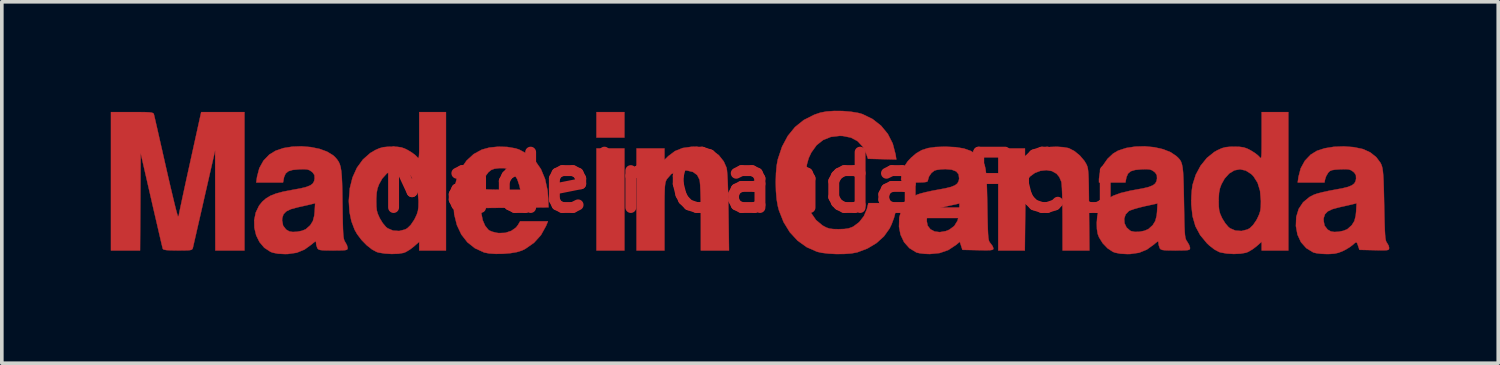
<source format=kicad_pcb>
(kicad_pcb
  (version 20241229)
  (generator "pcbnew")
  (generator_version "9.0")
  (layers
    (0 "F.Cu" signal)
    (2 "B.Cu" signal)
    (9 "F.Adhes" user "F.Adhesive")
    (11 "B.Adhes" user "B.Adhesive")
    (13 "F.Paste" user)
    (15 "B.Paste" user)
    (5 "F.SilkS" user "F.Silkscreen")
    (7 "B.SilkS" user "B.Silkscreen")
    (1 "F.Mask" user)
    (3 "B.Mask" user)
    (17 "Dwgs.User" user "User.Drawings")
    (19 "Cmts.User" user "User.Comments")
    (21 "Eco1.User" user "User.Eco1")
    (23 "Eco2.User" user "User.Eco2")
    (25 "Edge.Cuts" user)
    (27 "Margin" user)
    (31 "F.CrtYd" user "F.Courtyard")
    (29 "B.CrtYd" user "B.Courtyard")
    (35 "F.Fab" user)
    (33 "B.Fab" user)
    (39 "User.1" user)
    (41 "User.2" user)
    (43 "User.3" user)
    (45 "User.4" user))
  (footprint "MadeInCanda_FCu"
    (layer "F.Cu")
    (at 17.584 1.974)
    (property "Reference" "MadeInCanda_FCu" (at 0 0 0) (layer "F.Cu") (effects (font (size 1.524 1.524) (thickness 0.3))))
    (attr through_hole)
    (fp_poly (pts (xy -3.442 -1.237) (xy -4.211 -1.237) (xy -4.211 -1.938) (xy -3.442 -1.938) (xy -3.442 -1.237)) (stroke (width 0.01) (type solid)) (fill yes) (layer "F.Cu"))
    (fp_poly (pts (xy -3.442 1.872) (xy -4.211 1.872) (xy -4.211 -0.936) (xy -3.442 -0.936) (xy -3.442 1.872)) (stroke (width 0.01) (type solid)) (fill yes) (layer "F.Cu"))
    (fp_poly (pts (xy -1.255 -0.957) (xy -1.029 -0.88) (xy -0.845 -0.753) (xy -0.707 -0.579) (xy -0.63 -0.405) (xy -0.618 -0.332) (xy -0.607 -0.196) (xy -0.597 -0.001) (xy -0.588 0.248) (xy -0.581 0.549) (xy -0.577 0.794) (xy -0.562 1.872) (xy -1.337 1.872) (xy -1.337 0.961) (xy -1.338 0.687) (xy -1.342 0.441) (xy -1.348 0.233) (xy -1.356 0.07) (xy -1.366 -0.039) (xy -1.373 -0.077) (xy -1.439 -0.206) (xy -1.554 -0.29) (xy -1.72 -0.33) (xy -1.805 -0.334) (xy -1.999 -0.308) (xy -2.154 -0.229) (xy -2.271 -0.095) (xy -2.273 -0.092) (xy -2.292 -0.056) (xy -2.308 -0.015) (xy -2.319 0.04) (xy -2.328 0.117) (xy -2.333 0.224) (xy -2.337 0.37) (xy -2.339 0.562) (xy -2.339 0.808) (xy -2.339 0.944) (xy -2.339 1.872) (xy -3.108 1.872) (xy -3.108 -0.936) (xy -2.339 -0.936) (xy -2.339 -0.622) (xy -2.231 -0.727) (xy -2.049 -0.864) (xy -1.84 -0.948) (xy -1.592 -0.983) (xy -1.521 -0.984) (xy -1.255 -0.957)) (stroke (width 0.01) (type solid)) (fill yes) (layer "F.Cu"))
    (fp_poly (pts (xy 8.638 -0.972) (xy 8.777 -0.948) (xy 8.802 -0.94) (xy 8.951 -0.862) (xy 9.099 -0.74) (xy 9.223 -0.594) (xy 9.268 -0.52) (xy 9.288 -0.481) (xy 9.304 -0.44) (xy 9.317 -0.389) (xy 9.326 -0.32) (xy 9.334 -0.227) (xy 9.339 -0.103) (xy 9.343 0.062) (xy 9.346 0.274) (xy 9.349 0.54) (xy 9.351 0.744) (xy 9.361 1.872) (xy 8.623 1.872) (xy 8.622 0.994) (xy 8.62 0.751) (xy 8.617 0.523) (xy 8.612 0.322) (xy 8.605 0.156) (xy 8.597 0.039) (xy 8.59 -0.017) (xy 8.532 -0.151) (xy 8.457 -0.242) (xy 8.33 -0.314) (xy 8.176 -0.34) (xy 8.013 -0.321) (xy 7.858 -0.262) (xy 7.728 -0.167) (xy 7.667 -0.089) (xy 7.648 -0.052) (xy 7.633 -0.008) (xy 7.621 0.053) (xy 7.613 0.137) (xy 7.606 0.255) (xy 7.601 0.413) (xy 7.597 0.62) (xy 7.594 0.884) (xy 7.593 0.944) (xy 7.583 1.872) (xy 6.851 1.872) (xy 6.851 -0.936) (xy 7.587 -0.936) (xy 7.587 -0.593) (xy 7.739 -0.734) (xy 7.844 -0.82) (xy 7.953 -0.895) (xy 8.015 -0.928) (xy 8.133 -0.96) (xy 8.292 -0.978) (xy 8.468 -0.983) (xy 8.638 -0.972)) (stroke (width 0.01) (type solid)) (fill yes) (layer "F.Cu"))
    (fp_poly (pts (xy -16.785 -1.938) (xy -16.631 -1.936) (xy -16.525 -1.931) (xy -16.458 -1.922) (xy -16.42 -1.909) (xy -16.402 -1.891) (xy -16.398 -1.88) (xy -16.387 -1.836) (xy -16.363 -1.733) (xy -16.328 -1.58) (xy -16.283 -1.383) (xy -16.23 -1.149) (xy -16.17 -0.885) (xy -16.105 -0.598) (xy -16.07 -0.443) (xy -16.003 -0.15) (xy -15.94 0.122) (xy -15.882 0.365) (xy -15.832 0.574) (xy -15.79 0.742) (xy -15.758 0.861) (xy -15.738 0.926) (xy -15.733 0.936) (xy -15.71 0.909) (xy -15.709 0.894) (xy -15.702 0.853) (xy -15.682 0.755) (xy -15.65 0.604) (xy -15.609 0.41) (xy -15.559 0.178) (xy -15.502 -0.085) (xy -15.439 -0.371) (xy -15.401 -0.543) (xy -15.094 -1.938) (xy -13.903 -1.938) (xy -13.903 1.872) (xy -14.705 1.872) (xy -14.708 0.493) (xy -14.71 -0.886) (xy -15.008 0.418) (xy -15.073 0.706) (xy -15.135 0.975) (xy -15.191 1.219) (xy -15.239 1.43) (xy -15.278 1.6) (xy -15.306 1.722) (xy -15.321 1.788) (xy -15.323 1.796) (xy -15.334 1.828) (xy -15.356 1.85) (xy -15.4 1.862) (xy -15.479 1.869) (xy -15.604 1.871) (xy -15.738 1.872) (xy -15.924 1.869) (xy -16.051 1.862) (xy -16.124 1.848) (xy -16.15 1.83) (xy -16.161 1.789) (xy -16.185 1.69) (xy -16.22 1.541) (xy -16.265 1.348) (xy -16.318 1.118) (xy -16.378 0.86) (xy -16.443 0.579) (xy -16.463 0.49) (xy -16.761 -0.808) (xy -16.769 0.532) (xy -16.778 1.872) (xy -17.579 1.872) (xy -17.579 -1.938) (xy -16.997 -1.938) (xy -16.785 -1.938)) (stroke (width 0.01) (type solid)) (fill yes) (layer "F.Cu"))
    (fp_poly (pts (xy -6.67 -0.978) (xy -6.443 -0.939) (xy -6.343 -0.907) (xy -6.101 -0.777) (xy -5.899 -0.596) (xy -5.74 -0.367) (xy -5.626 -0.094) (xy -5.558 0.222) (xy -5.541 0.434) (xy -5.531 0.685) (xy -6.463 0.694) (xy -7.394 0.703) (xy -7.379 0.861) (xy -7.344 1.038) (xy -7.278 1.19) (xy -7.19 1.3) (xy -7.163 1.321) (xy -7.081 1.356) (xy -6.965 1.385) (xy -6.901 1.394) (xy -6.721 1.387) (xy -6.557 1.333) (xy -6.426 1.24) (xy -6.372 1.17) (xy -6.313 1.069) (xy -5.547 1.069) (xy -5.599 1.195) (xy -5.739 1.448) (xy -5.931 1.66) (xy -6.17 1.827) (xy -6.268 1.875) (xy -6.401 1.916) (xy -6.578 1.946) (xy -6.779 1.963) (xy -6.981 1.966) (xy -7.164 1.954) (xy -7.305 1.927) (xy -7.308 1.925) (xy -7.557 1.811) (xy -7.765 1.646) (xy -7.931 1.433) (xy -8.053 1.175) (xy -8.128 0.876) (xy -8.154 0.539) (xy -8.154 0.522) (xy -8.129 0.189) (xy -8.125 0.173) (xy -7.386 0.173) (xy -7.354 0.182) (xy -7.267 0.19) (xy -7.135 0.196) (xy -6.97 0.2) (xy -6.847 0.201) (xy -6.308 0.201) (xy -6.33 0.093) (xy -6.392 -0.091) (xy -6.494 -0.246) (xy -6.587 -0.329) (xy -6.669 -0.375) (xy -6.753 -0.395) (xy -6.869 -0.395) (xy -6.893 -0.394) (xy -7.02 -0.378) (xy -7.108 -0.345) (xy -7.185 -0.285) (xy -7.186 -0.283) (xy -7.25 -0.198) (xy -7.313 -0.077) (xy -7.362 0.052) (xy -7.386 0.16) (xy -7.386 0.173) (xy -8.125 0.173) (xy -8.057 -0.114) (xy -7.941 -0.381) (xy -7.785 -0.605) (xy -7.591 -0.782) (xy -7.367 -0.904) (xy -7.158 -0.961) (xy -6.917 -0.985) (xy -6.67 -0.978)) (stroke (width 0.01) (type solid)) (fill yes) (layer "F.Cu"))
    (fp_poly (pts (xy 2.566 -1.967) (xy 2.793 -1.948) (xy 2.995 -1.915) (xy 3.114 -1.881) (xy 3.391 -1.746) (xy 3.625 -1.562) (xy 3.811 -1.336) (xy 3.946 -1.071) (xy 4.023 -0.776) (xy 4.045 -0.633) (xy 3.265 -0.652) (xy 3.22 -0.782) (xy 3.12 -0.986) (xy 2.979 -1.137) (xy 2.797 -1.235) (xy 2.575 -1.28) (xy 2.49 -1.284) (xy 2.243 -1.255) (xy 2.029 -1.169) (xy 1.849 -1.026) (xy 1.705 -0.826) (xy 1.632 -0.671) (xy 1.584 -0.501) (xy 1.553 -0.286) (xy 1.538 -0.049) (xy 1.541 0.192) (xy 1.562 0.414) (xy 1.6 0.595) (xy 1.7 0.842) (xy 1.834 1.035) (xy 2.006 1.179) (xy 2.029 1.193) (xy 2.121 1.242) (xy 2.207 1.27) (xy 2.309 1.283) (xy 2.453 1.286) (xy 2.456 1.286) (xy 2.614 1.281) (xy 2.73 1.264) (xy 2.827 1.23) (xy 2.866 1.21) (xy 3.023 1.092) (xy 3.151 0.928) (xy 3.233 0.738) (xy 3.238 0.719) (xy 3.276 0.568) (xy 4.044 0.568) (xy 4.044 0.66) (xy 4.026 0.803) (xy 3.98 0.977) (xy 3.913 1.155) (xy 3.858 1.268) (xy 3.705 1.482) (xy 3.499 1.668) (xy 3.251 1.817) (xy 2.971 1.923) (xy 2.958 1.926) (xy 2.802 1.954) (xy 2.604 1.968) (xy 2.388 1.97) (xy 2.174 1.958) (xy 1.986 1.935) (xy 1.864 1.907) (xy 1.577 1.781) (xy 1.326 1.601) (xy 1.112 1.369) (xy 0.941 1.091) (xy 0.814 0.77) (xy 0.782 0.648) (xy 0.75 0.462) (xy 0.731 0.236) (xy 0.725 -0.01) (xy 0.732 -0.253) (xy 0.752 -0.472) (xy 0.782 -0.635) (xy 0.898 -0.984) (xy 1.056 -1.28) (xy 1.255 -1.525) (xy 1.498 -1.72) (xy 1.785 -1.865) (xy 1.952 -1.922) (xy 2.122 -1.954) (xy 2.334 -1.969) (xy 2.566 -1.967)) (stroke (width 0.01) (type solid)) (fill yes) (layer "F.Cu"))
    (fp_poly (pts (xy -8.355 1.872) (xy -9.091 1.872) (xy -9.091 1.632) (xy -9.245 1.768) (xy -9.351 1.849) (xy -9.459 1.913) (xy -9.521 1.938) (xy -9.667 1.962) (xy -9.849 1.968) (xy -10.036 1.957) (xy -10.2 1.931) (xy -10.26 1.914) (xy -10.394 1.842) (xy -10.54 1.726) (xy -10.681 1.581) (xy -10.8 1.424) (xy -10.869 1.303) (xy -10.958 1.068) (xy -11.01 0.818) (xy -11.029 0.53) (xy -11.029 0.506) (xy -10.274 0.506) (xy -10.271 0.658) (xy -10.26 0.767) (xy -10.234 0.86) (xy -10.189 0.961) (xy -10.175 0.99) (xy -10.095 1.121) (xy -10.006 1.225) (xy -9.962 1.261) (xy -9.812 1.325) (xy -9.644 1.336) (xy -9.482 1.295) (xy -9.421 1.262) (xy -9.327 1.172) (xy -9.235 1.037) (xy -9.207 0.986) (xy -9.156 0.876) (xy -9.127 0.781) (xy -9.113 0.677) (xy -9.11 0.536) (xy -9.11 0.501) (xy -9.135 0.227) (xy -9.206 0.002) (xy -9.322 -0.177) (xy -9.378 -0.233) (xy -9.53 -0.329) (xy -9.686 -0.363) (xy -9.84 -0.335) (xy -9.984 -0.248) (xy -10.111 -0.106) (xy -10.198 0.05) (xy -10.24 0.162) (xy -10.263 0.282) (xy -10.273 0.434) (xy -10.274 0.506) (xy -11.029 0.506) (xy -11.029 0.49) (xy -11.003 0.163) (xy -10.928 -0.137) (xy -10.807 -0.404) (xy -10.643 -0.63) (xy -10.441 -0.809) (xy -10.298 -0.893) (xy -10.184 -0.943) (xy -10.08 -0.971) (xy -9.957 -0.983) (xy -9.842 -0.985) (xy -9.695 -0.981) (xy -9.589 -0.967) (xy -9.496 -0.936) (xy -9.397 -0.886) (xy -9.288 -0.819) (xy -9.196 -0.749) (xy -9.154 -0.707) (xy -9.132 -0.681) (xy -9.116 -0.671) (xy -9.105 -0.686) (xy -9.098 -0.731) (xy -9.093 -0.816) (xy -9.091 -0.948) (xy -9.091 -1.135) (xy -9.091 -1.282) (xy -9.091 -1.938) (xy -8.355 -1.938) (xy -8.355 1.872)) (stroke (width 0.01) (type solid)) (fill yes) (layer "F.Cu"))
    (fp_poly (pts (xy 14.839 1.872) (xy 14.104 1.872) (xy 14.104 1.632) (xy 13.955 1.763) (xy 13.848 1.843) (xy 13.735 1.909) (xy 13.676 1.933) (xy 13.523 1.96) (xy 13.336 1.968) (xy 13.145 1.957) (xy 12.978 1.927) (xy 12.934 1.914) (xy 12.802 1.844) (xy 12.656 1.729) (xy 12.598 1.674) (xy 12.413 1.451) (xy 12.281 1.206) (xy 12.201 0.929) (xy 12.167 0.612) (xy 12.166 0.528) (xy 12.166 0.506) (xy 12.92 0.506) (xy 12.923 0.658) (xy 12.934 0.767) (xy 12.96 0.86) (xy 13.005 0.961) (xy 13.019 0.99) (xy 13.1 1.121) (xy 13.188 1.225) (xy 13.232 1.261) (xy 13.382 1.325) (xy 13.55 1.336) (xy 13.712 1.295) (xy 13.773 1.262) (xy 13.867 1.173) (xy 13.959 1.039) (xy 13.986 0.988) (xy 14.036 0.878) (xy 14.066 0.783) (xy 14.08 0.677) (xy 14.083 0.534) (xy 14.083 0.504) (xy 14.06 0.231) (xy 13.992 0.007) (xy 13.878 -0.171) (xy 13.816 -0.233) (xy 13.664 -0.329) (xy 13.508 -0.363) (xy 13.355 -0.335) (xy 13.211 -0.248) (xy 13.083 -0.106) (xy 12.996 0.05) (xy 12.955 0.162) (xy 12.931 0.282) (xy 12.921 0.434) (xy 12.92 0.506) (xy 12.166 0.506) (xy 12.17 0.368) (xy 12.182 0.208) (xy 12.2 0.078) (xy 12.203 0.06) (xy 12.29 -0.213) (xy 12.423 -0.461) (xy 12.595 -0.674) (xy 12.798 -0.838) (xy 12.894 -0.892) (xy 13.008 -0.943) (xy 13.111 -0.971) (xy 13.232 -0.983) (xy 13.352 -0.985) (xy 13.499 -0.981) (xy 13.607 -0.966) (xy 13.7 -0.935) (xy 13.798 -0.886) (xy 13.906 -0.819) (xy 13.998 -0.749) (xy 14.04 -0.707) (xy 14.062 -0.681) (xy 14.078 -0.671) (xy 14.089 -0.686) (xy 14.097 -0.731) (xy 14.101 -0.816) (xy 14.103 -0.948) (xy 14.104 -1.135) (xy 14.104 -1.282) (xy 14.104 -1.938) (xy 14.839 -1.938) (xy 14.839 1.872)) (stroke (width 0.01) (type solid)) (fill yes) (layer "F.Cu"))
    (fp_poly (pts (xy 5.397 -0.985) (xy 5.677 -0.972) (xy 5.905 -0.935) (xy 6.091 -0.87) (xy 6.247 -0.774) (xy 6.278 -0.748) (xy 6.345 -0.688) (xy 6.399 -0.629) (xy 6.442 -0.562) (xy 6.475 -0.481) (xy 6.5 -0.378) (xy 6.517 -0.243) (xy 6.53 -0.071) (xy 6.539 0.148) (xy 6.546 0.421) (xy 6.55 0.624) (xy 6.555 0.905) (xy 6.56 1.127) (xy 6.565 1.297) (xy 6.571 1.424) (xy 6.578 1.515) (xy 6.588 1.578) (xy 6.601 1.621) (xy 6.618 1.65) (xy 6.639 1.676) (xy 6.642 1.679) (xy 6.695 1.752) (xy 6.718 1.815) (xy 6.718 1.816) (xy 6.712 1.84) (xy 6.687 1.855) (xy 6.633 1.864) (xy 6.539 1.867) (xy 6.394 1.866) (xy 6.292 1.864) (xy 5.865 1.855) (xy 5.829 1.744) (xy 5.793 1.632) (xy 5.691 1.718) (xy 5.476 1.86) (xy 5.237 1.943) (xy 4.966 1.97) (xy 4.963 1.97) (xy 4.821 1.964) (xy 4.693 1.949) (xy 4.604 1.929) (xy 4.595 1.925) (xy 4.404 1.807) (xy 4.258 1.642) (xy 4.161 1.437) (xy 4.119 1.218) (xy 4.124 1.055) (xy 4.881 1.055) (xy 4.907 1.189) (xy 4.984 1.289) (xy 5.099 1.35) (xy 5.242 1.368) (xy 5.405 1.34) (xy 5.502 1.301) (xy 5.64 1.199) (xy 5.732 1.05) (xy 5.777 0.857) (xy 5.782 0.763) (xy 5.782 0.578) (xy 5.456 0.65) (xy 5.245 0.702) (xy 5.091 0.751) (xy 4.986 0.806) (xy 4.922 0.871) (xy 4.89 0.953) (xy 4.881 1.055) (xy 4.124 1.055) (xy 4.126 0.964) (xy 4.191 0.742) (xy 4.31 0.555) (xy 4.483 0.407) (xy 4.612 0.338) (xy 4.705 0.306) (xy 4.844 0.27) (xy 5.011 0.233) (xy 5.18 0.201) (xy 5.394 0.162) (xy 5.551 0.123) (xy 5.658 0.079) (xy 5.726 0.027) (xy 5.762 -0.038) (xy 5.775 -0.108) (xy 5.761 -0.224) (xy 5.693 -0.305) (xy 5.569 -0.353) (xy 5.395 -0.368) (xy 5.267 -0.361) (xy 5.155 -0.345) (xy 5.096 -0.328) (xy 5.011 -0.261) (xy 4.943 -0.161) (xy 4.913 -0.058) (xy 4.913 -0.052) (xy 4.903 -0.029) (xy 4.868 -0.014) (xy 4.795 -0.005) (xy 4.675 -0.001) (xy 4.545 0) (xy 4.373 -0.001) (xy 4.259 -0.01) (xy 4.196 -0.035) (xy 4.174 -0.086) (xy 4.185 -0.172) (xy 4.221 -0.302) (xy 4.231 -0.337) (xy 4.282 -0.467) (xy 4.36 -0.584) (xy 4.457 -0.686) (xy 4.598 -0.806) (xy 4.746 -0.891) (xy 4.917 -0.946) (xy 5.124 -0.976) (xy 5.381 -0.985) (xy 5.397 -0.985)) (stroke (width 0.01) (type solid)) (fill yes) (layer "F.Cu"))
    (fp_poly (pts (xy 16.636 -0.973) (xy 16.881 -0.922) (xy 16.909 -0.913) (xy 17.098 -0.825) (xy 17.26 -0.695) (xy 17.376 -0.54) (xy 17.398 -0.494) (xy 17.416 -0.444) (xy 17.431 -0.382) (xy 17.442 -0.301) (xy 17.452 -0.192) (xy 17.46 -0.047) (xy 17.466 0.142) (xy 17.472 0.383) (xy 17.477 0.623) (xy 17.483 0.908) (xy 17.489 1.133) (xy 17.495 1.306) (xy 17.502 1.435) (xy 17.51 1.527) (xy 17.521 1.59) (xy 17.534 1.631) (xy 17.551 1.658) (xy 17.554 1.662) (xy 17.6 1.74) (xy 17.613 1.8) (xy 17.61 1.831) (xy 17.596 1.851) (xy 17.558 1.863) (xy 17.486 1.868) (xy 17.369 1.868) (xy 17.204 1.864) (xy 16.796 1.855) (xy 16.763 1.755) (xy 16.733 1.671) (xy 16.706 1.644) (xy 16.664 1.671) (xy 16.618 1.713) (xy 16.536 1.776) (xy 16.422 1.846) (xy 16.343 1.886) (xy 16.225 1.933) (xy 16.112 1.959) (xy 15.975 1.969) (xy 15.892 1.97) (xy 15.75 1.964) (xy 15.622 1.949) (xy 15.533 1.929) (xy 15.524 1.925) (xy 15.332 1.807) (xy 15.186 1.643) (xy 15.09 1.436) (xy 15.047 1.199) (xy 15.053 1.045) (xy 15.808 1.045) (xy 15.836 1.19) (xy 15.92 1.297) (xy 16.009 1.348) (xy 16.103 1.363) (xy 16.229 1.356) (xy 16.356 1.33) (xy 16.455 1.29) (xy 16.469 1.281) (xy 16.585 1.177) (xy 16.657 1.061) (xy 16.694 0.914) (xy 16.705 0.803) (xy 16.718 0.572) (xy 16.606 0.6) (xy 16.517 0.621) (xy 16.39 0.65) (xy 16.249 0.681) (xy 16.237 0.684) (xy 16.052 0.734) (xy 15.924 0.795) (xy 15.847 0.874) (xy 15.812 0.979) (xy 15.808 1.045) (xy 15.053 1.045) (xy 15.057 0.947) (xy 15.124 0.728) (xy 15.246 0.545) (xy 15.422 0.4) (xy 15.541 0.338) (xy 15.633 0.306) (xy 15.773 0.27) (xy 15.94 0.233) (xy 16.109 0.201) (xy 16.323 0.162) (xy 16.48 0.123) (xy 16.587 0.079) (xy 16.655 0.027) (xy 16.691 -0.038) (xy 16.704 -0.108) (xy 16.699 -0.202) (xy 16.655 -0.27) (xy 16.62 -0.3) (xy 16.564 -0.338) (xy 16.502 -0.359) (xy 16.414 -0.366) (xy 16.282 -0.363) (xy 16.264 -0.362) (xy 16.128 -0.353) (xy 16.04 -0.339) (xy 15.984 -0.315) (xy 15.941 -0.275) (xy 15.936 -0.269) (xy 15.881 -0.177) (xy 15.852 -0.094) (xy 15.833 0) (xy 15.097 0) (xy 15.118 -0.153) (xy 15.18 -0.391) (xy 15.294 -0.598) (xy 15.451 -0.764) (xy 15.624 -0.871) (xy 15.839 -0.941) (xy 16.093 -0.982) (xy 16.366 -0.993) (xy 16.636 -0.973)) (stroke (width 0.01) (type solid)) (fill yes) (layer "F.Cu"))
    (fp_poly (pts (xy -12.078 -0.974) (xy -11.839 -0.925) (xy -11.63 -0.849) (xy -11.463 -0.748) (xy -11.407 -0.696) (xy -11.355 -0.637) (xy -11.313 -0.576) (xy -11.28 -0.507) (xy -11.255 -0.421) (xy -11.237 -0.31) (xy -11.224 -0.165) (xy -11.215 0.021) (xy -11.209 0.256) (xy -11.205 0.548) (xy -11.204 0.602) (xy -11.2 0.881) (xy -11.196 1.102) (xy -11.191 1.271) (xy -11.185 1.398) (xy -11.177 1.489) (xy -11.167 1.553) (xy -11.153 1.598) (xy -11.136 1.631) (xy -11.127 1.645) (xy -11.081 1.728) (xy -11.062 1.803) (xy -11.062 1.803) (xy -11.066 1.832) (xy -11.084 1.851) (xy -11.129 1.863) (xy -11.21 1.869) (xy -11.339 1.871) (xy -11.462 1.872) (xy -11.633 1.871) (xy -11.75 1.867) (xy -11.823 1.858) (xy -11.866 1.842) (xy -11.89 1.818) (xy -11.897 1.807) (xy -11.926 1.718) (xy -11.931 1.67) (xy -11.935 1.63) (xy -11.955 1.626) (xy -12.004 1.662) (xy -12.054 1.705) (xy -12.252 1.848) (xy -12.464 1.934) (xy -12.706 1.969) (xy -12.784 1.971) (xy -12.979 1.961) (xy -13.125 1.932) (xy -13.186 1.909) (xy -13.357 1.797) (xy -13.489 1.641) (xy -13.581 1.454) (xy -13.63 1.248) (xy -13.634 1.045) (xy -12.867 1.045) (xy -12.839 1.19) (xy -12.756 1.297) (xy -12.667 1.348) (xy -12.572 1.363) (xy -12.447 1.356) (xy -12.319 1.33) (xy -12.22 1.29) (xy -12.207 1.281) (xy -12.091 1.177) (xy -12.019 1.061) (xy -11.981 0.914) (xy -11.97 0.803) (xy -11.957 0.572) (xy -12.07 0.6) (xy -12.158 0.621) (xy -12.286 0.65) (xy -12.426 0.681) (xy -12.438 0.684) (xy -12.624 0.734) (xy -12.751 0.795) (xy -12.828 0.874) (xy -12.863 0.979) (xy -12.867 1.045) (xy -13.634 1.045) (xy -13.634 1.035) (xy -13.592 0.828) (xy -13.501 0.639) (xy -13.412 0.528) (xy -13.309 0.439) (xy -13.188 0.366) (xy -13.036 0.306) (xy -12.841 0.254) (xy -12.593 0.206) (xy -12.565 0.201) (xy -12.351 0.162) (xy -12.195 0.122) (xy -12.087 0.079) (xy -12.02 0.027) (xy -11.984 -0.039) (xy -11.971 -0.108) (xy -11.976 -0.202) (xy -12.02 -0.27) (xy -12.055 -0.3) (xy -12.112 -0.338) (xy -12.176 -0.359) (xy -12.265 -0.366) (xy -12.401 -0.362) (xy -12.404 -0.362) (xy -12.577 -0.345) (xy -12.695 -0.309) (xy -12.769 -0.246) (xy -12.812 -0.15) (xy -12.82 -0.112) (xy -12.841 0) (xy -13.578 0) (xy -13.557 -0.153) (xy -13.494 -0.394) (xy -13.379 -0.602) (xy -13.217 -0.769) (xy -13.044 -0.874) (xy -12.828 -0.947) (xy -12.586 -0.986) (xy -12.332 -0.995) (xy -12.078 -0.974)) (stroke (width 0.01) (type solid)) (fill yes) (layer "F.Cu"))
    (fp_poly (pts (xy 11.148 -0.97) (xy 11.391 -0.915) (xy 11.601 -0.831) (xy 11.759 -0.723) (xy 11.81 -0.674) (xy 11.852 -0.627) (xy 11.884 -0.572) (xy 11.908 -0.502) (xy 11.927 -0.41) (xy 11.94 -0.287) (xy 11.949 -0.126) (xy 11.956 0.081) (xy 11.961 0.342) (xy 11.965 0.54) (xy 11.97 0.824) (xy 11.974 1.049) (xy 11.979 1.223) (xy 11.985 1.353) (xy 11.993 1.448) (xy 12.003 1.515) (xy 12.016 1.562) (xy 12.032 1.598) (xy 12.053 1.629) (xy 12.057 1.634) (xy 12.107 1.719) (xy 12.131 1.795) (xy 12.132 1.803) (xy 12.128 1.832) (xy 12.11 1.851) (xy 12.065 1.863) (xy 11.984 1.869) (xy 11.855 1.871) (xy 11.732 1.872) (xy 11.561 1.871) (xy 11.445 1.867) (xy 11.371 1.858) (xy 11.328 1.842) (xy 11.304 1.818) (xy 11.297 1.807) (xy 11.268 1.718) (xy 11.263 1.67) (xy 11.259 1.63) (xy 11.239 1.626) (xy 11.19 1.662) (xy 11.14 1.705) (xy 10.942 1.848) (xy 10.73 1.934) (xy 10.488 1.969) (xy 10.411 1.971) (xy 10.216 1.961) (xy 10.069 1.932) (xy 10.008 1.909) (xy 9.861 1.812) (xy 9.727 1.672) (xy 9.627 1.511) (xy 9.591 1.419) (xy 9.568 1.279) (xy 9.564 1.111) (xy 9.573 0.998) (xy 10.319 0.998) (xy 10.328 1.123) (xy 10.383 1.238) (xy 10.481 1.325) (xy 10.511 1.34) (xy 10.614 1.361) (xy 10.747 1.356) (xy 10.88 1.329) (xy 10.981 1.285) (xy 10.988 1.281) (xy 11.104 1.176) (xy 11.176 1.059) (xy 11.214 0.911) (xy 11.224 0.805) (xy 11.237 0.577) (xy 10.883 0.654) (xy 10.729 0.692) (xy 10.591 0.731) (xy 10.488 0.767) (xy 10.446 0.787) (xy 10.358 0.88) (xy 10.319 0.998) (xy 9.573 0.998) (xy 9.577 0.941) (xy 9.605 0.794) (xy 9.634 0.718) (xy 9.727 0.576) (xy 9.851 0.46) (xy 10.013 0.367) (xy 10.222 0.29) (xy 10.486 0.227) (xy 10.628 0.201) (xy 10.842 0.162) (xy 10.999 0.123) (xy 11.106 0.08) (xy 11.174 0.028) (xy 11.21 -0.038) (xy 11.223 -0.108) (xy 11.218 -0.202) (xy 11.174 -0.27) (xy 11.139 -0.3) (xy 11.082 -0.338) (xy 11.018 -0.359) (xy 10.929 -0.366) (xy 10.793 -0.362) (xy 10.79 -0.362) (xy 10.618 -0.345) (xy 10.5 -0.309) (xy 10.425 -0.246) (xy 10.383 -0.15) (xy 10.374 -0.112) (xy 10.353 0) (xy 9.625 0) (xy 9.625 -0.099) (xy 9.655 -0.285) (xy 9.737 -0.475) (xy 9.86 -0.65) (xy 10.011 -0.793) (xy 10.148 -0.875) (xy 10.373 -0.949) (xy 10.625 -0.988) (xy 10.888 -0.995) (xy 11.148 -0.97)) (stroke (width 0.01) (type solid)) (fill yes) (layer "F.Cu")))
  (gr_rect
    (start -3 -3)
    (end 38.202 6.95)
    (stroke (width 0.1) (type default))
    (fill no)
    (layer "Edge.Cuts")))
</source>
